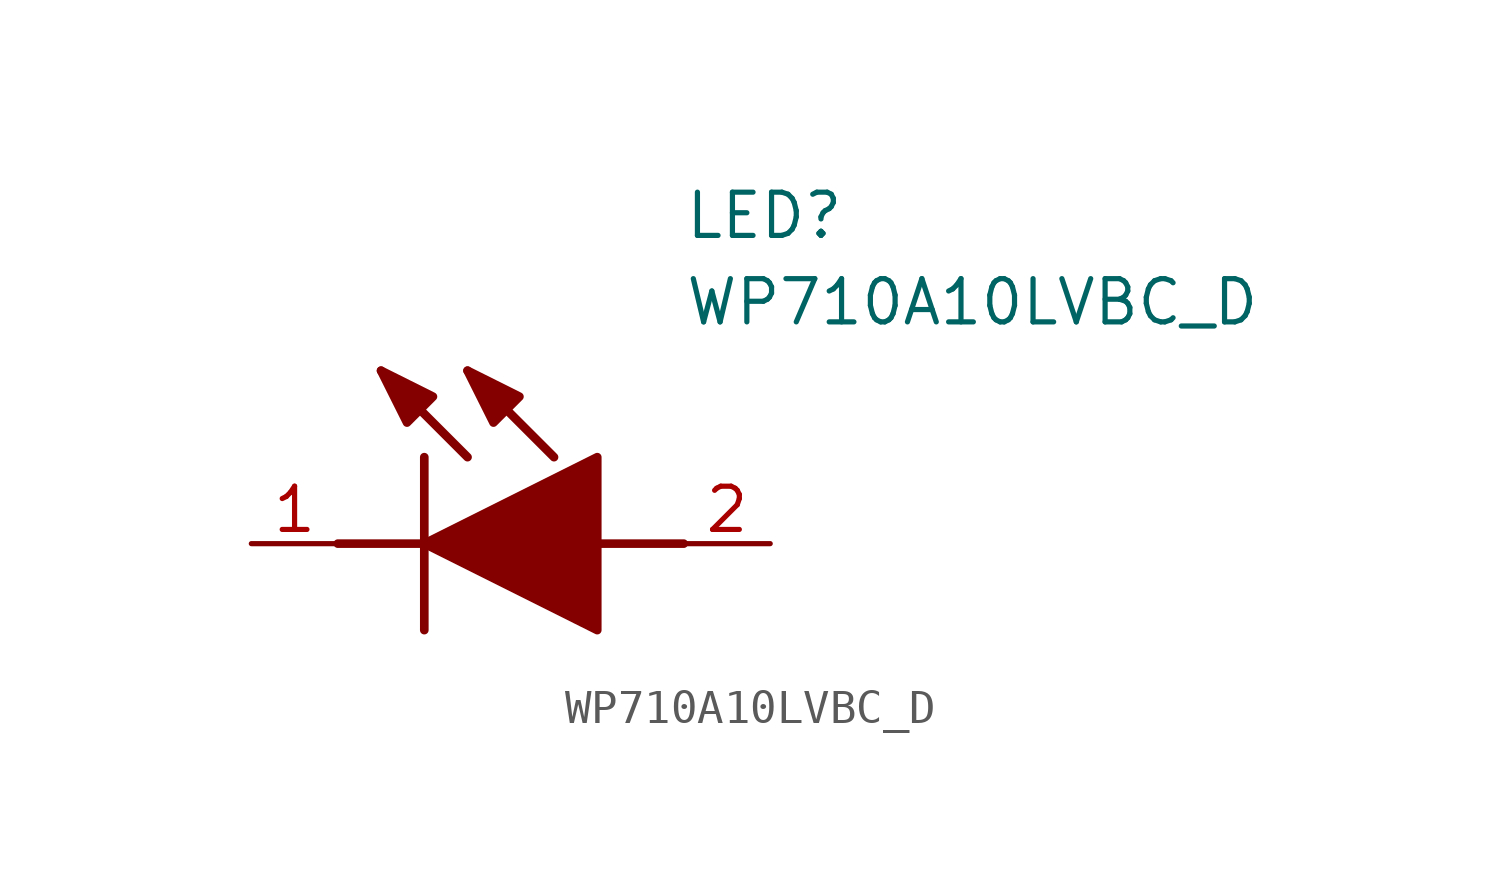
<source format=kicad_sym>
(kicad_symbol_lib
  (version 20241209)
  (generator "kicad_symbol_editor")
  (generator_version "9.0")
  (symbol "WP710A10LVBC_D"
    (pin_names
      (hide yes))
    (property "Reference" "LED"
      (at 12.7 8.89 0)
      (effects (font (size 1.27 1.27)) (justify left bottom)))
    (property "Value" "WP710A10LVBC_D"
      (at 12.7 6.35 0)
      (effects (font (size 1.27 1.27)) (justify left bottom)))
    (symbol "WP710A10LVBC_D_1_1"
      (polyline (pts (xy 2.54 0) (xy 5.08 0)) (stroke (width 0.254) (type default)) (fill (type none)))
      (polyline (pts (xy 5.08 2.54) (xy 5.08 -2.54)) (stroke (width 0.254) (type default)) (fill (type none)))
      (polyline (pts (xy 5.08 0) (xy 10.16 2.54) (xy 10.16 -2.54) (xy 5.08 0)) (stroke (width 0.254) (type default)) (fill (type outline)))
      (polyline (pts (xy 5.334 4.318) (xy 4.572 3.556) (xy 3.81 5.08) (xy 5.334 4.318)) (stroke (width 0.254) (type default)) (fill (type outline)))
      (polyline (pts (xy 6.35 2.54) (xy 3.81 5.08)) (stroke (width 0.254) (type default)) (fill (type none)))
      (polyline (pts (xy 7.874 4.318) (xy 7.112 3.556) (xy 6.35 5.08) (xy 7.874 4.318)) (stroke (width 0.254) (type default)) (fill (type outline)))
      (polyline (pts (xy 8.89 2.54) (xy 6.35 5.08)) (stroke (width 0.254) (type default)) (fill (type none)))
      (polyline (pts (xy 10.16 0) (xy 12.7 0)) (stroke (width 0.254) (type default)) (fill (type none)))
      (pin passive line (at 0 0 0) (length 2.54) (name "K" (effects (font (size 1.27 1.27)))) (number "1" (effects (font (size 1.27 1.27)))))
      (pin passive line (at 15.24 0 180) (length 2.54) (name "A" (effects (font (size 1.27 1.27)))) (number "2" (effects (font (size 1.27 1.27))))))))
</source>
